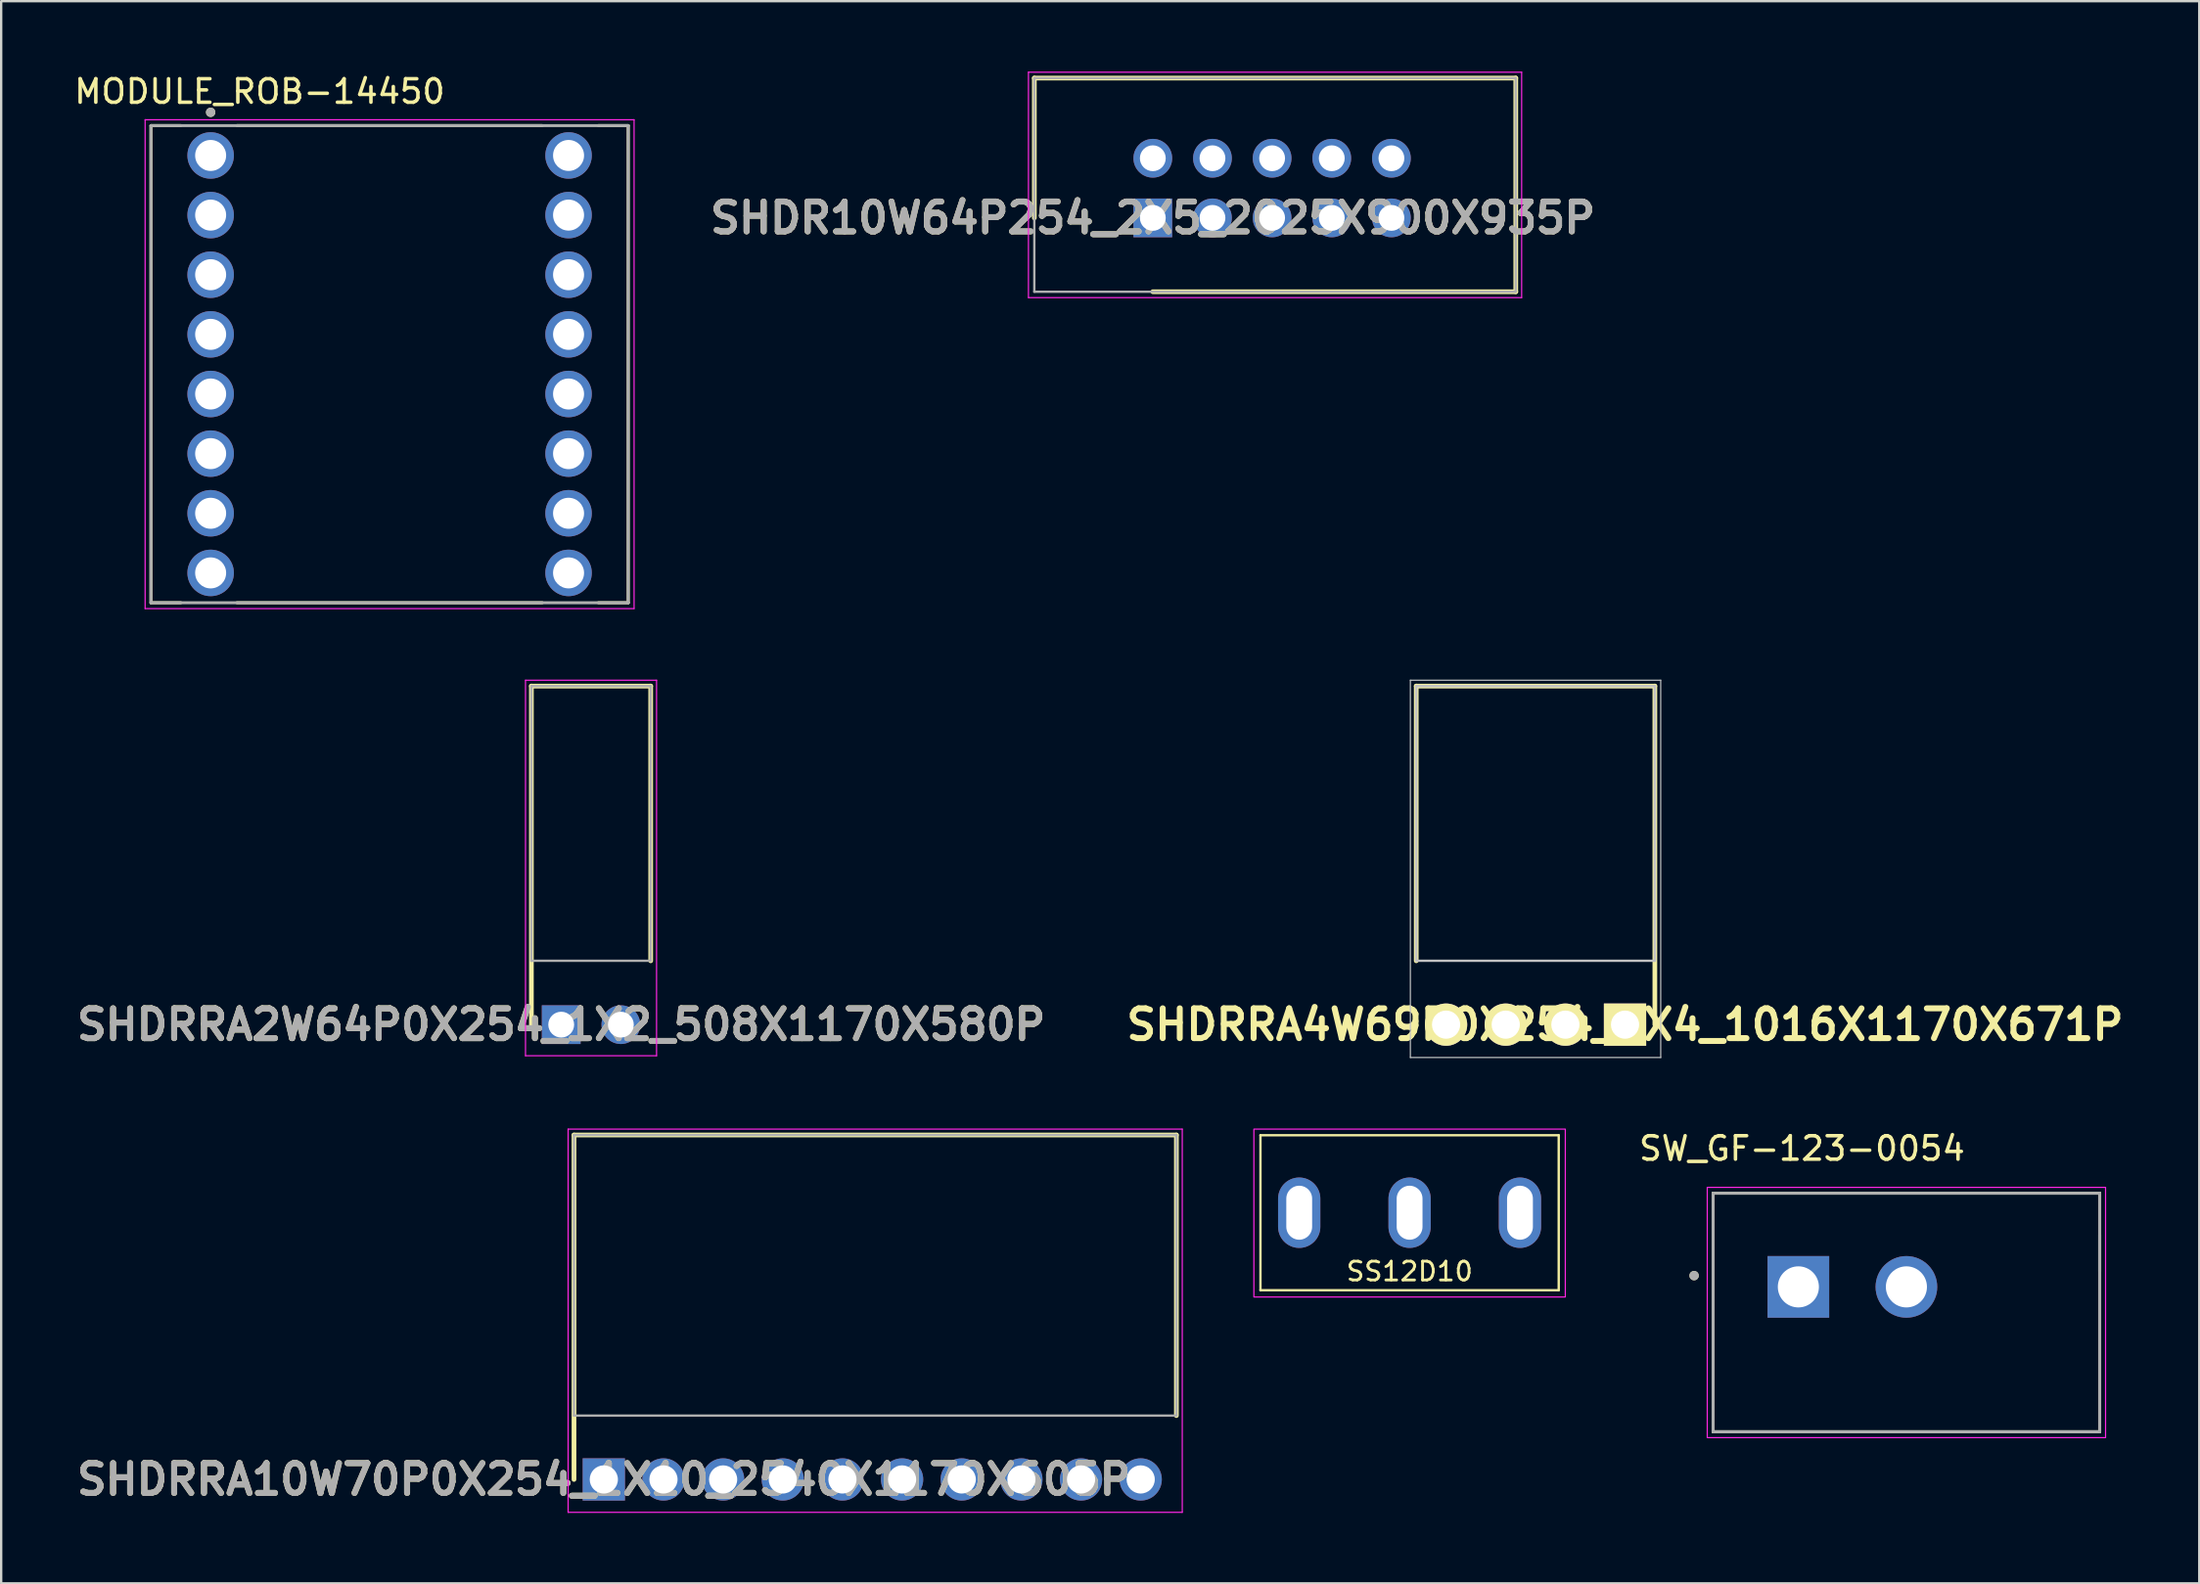
<source format=kicad_pcb>
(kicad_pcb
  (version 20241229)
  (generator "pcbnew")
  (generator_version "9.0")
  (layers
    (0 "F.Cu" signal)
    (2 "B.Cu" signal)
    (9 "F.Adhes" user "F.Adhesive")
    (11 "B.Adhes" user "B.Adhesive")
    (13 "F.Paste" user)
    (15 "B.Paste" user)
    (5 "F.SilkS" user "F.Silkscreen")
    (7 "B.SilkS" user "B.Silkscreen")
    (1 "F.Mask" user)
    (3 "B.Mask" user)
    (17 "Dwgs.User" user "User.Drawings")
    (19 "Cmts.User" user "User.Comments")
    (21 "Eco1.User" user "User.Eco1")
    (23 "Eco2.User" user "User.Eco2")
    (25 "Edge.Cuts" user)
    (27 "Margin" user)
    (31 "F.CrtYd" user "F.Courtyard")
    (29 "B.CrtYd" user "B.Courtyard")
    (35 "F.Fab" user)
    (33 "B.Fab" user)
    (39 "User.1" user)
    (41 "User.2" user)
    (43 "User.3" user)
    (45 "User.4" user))
  (footprint "SHDRRA10W70P0X254_1X10_2540X1170X605P"
    (layer "F.Cu")
    (at 22.66 59.961)
    (property "Reference" "SHDRRA10W70P0X254_1X10_2540X1170X605P" (at 0 0 0) (layer "F.SilkS") (effects (font (size 1.27 1.27) (thickness 0.254))))
    (attr through_hole)
    (fp_line (start -1.27 -14.67) (end 24.38 -14.67) (stroke (width 0.2) (type solid)) (layer "F.SilkS"))
    (fp_line (start -1.27 0) (end -1.27 -14.67) (stroke (width 0.2) (type solid)) (layer "F.SilkS"))
    (fp_line (start 24.38 -14.67) (end 24.38 -2.72) (stroke (width 0.2) (type solid)) (layer "F.SilkS"))
    (fp_line (start -1.52 -14.92) (end -1.52 1.4) (stroke (width 0.05) (type solid)) (layer "F.CrtYd"))
    (fp_line (start -1.52 1.4) (end 24.63 1.4) (stroke (width 0.05) (type solid)) (layer "F.CrtYd"))
    (fp_line (start 24.63 -14.92) (end -1.52 -14.92) (stroke (width 0.05) (type solid)) (layer "F.CrtYd"))
    (fp_line (start 24.63 1.4) (end 24.63 -14.92) (stroke (width 0.05) (type solid)) (layer "F.CrtYd"))
    (fp_line (start -1.27 -14.67) (end 24.38 -14.67) (stroke (width 0.1) (type solid)) (layer "F.Fab"))
    (fp_line (start -1.27 -2.72) (end -1.27 -14.67) (stroke (width 0.1) (type solid)) (layer "F.Fab"))
    (fp_line (start 24.38 -14.67) (end 24.38 -2.72) (stroke (width 0.1) (type solid)) (layer "F.Fab"))
    (fp_line (start 24.38 -2.72) (end -1.27 -2.72) (stroke (width 0.1) (type solid)) (layer "F.Fab"))
    (fp_text user "${REFERENCE}" (at 0 0 0) (layer "F.Fab") (effects (font (size 1.27 1.27) (thickness 0.254))))
    (pad "1" thru_hole rect (at 0 0) (size 1.8 1.8) (drill 1.2) (layers "*.Cu" "*.Mask"))
    (pad "2" thru_hole circle (at 2.54 0) (size 1.8 1.8) (drill 1.2) (layers "*.Cu" "*.Mask"))
    (pad "3" thru_hole circle (at 5.08 0) (size 1.8 1.8) (drill 1.2) (layers "*.Cu" "*.Mask"))
    (pad "4" thru_hole circle (at 7.62 0) (size 1.8 1.8) (drill 1.2) (layers "*.Cu" "*.Mask"))
    (pad "5" thru_hole circle (at 10.16 0) (size 1.8 1.8) (drill 1.2) (layers "*.Cu" "*.Mask"))
    (pad "6" thru_hole circle (at 12.7 0) (size 1.8 1.8) (drill 1.2) (layers "*.Cu" "*.Mask"))
    (pad "7" thru_hole circle (at 15.24 0) (size 1.8 1.8) (drill 1.2) (layers "*.Cu" "*.Mask"))
    (pad "8" thru_hole circle (at 17.78 0) (size 1.8 1.8) (drill 1.2) (layers "*.Cu" "*.Mask"))
    (pad "9" thru_hole circle (at 20.32 0) (size 1.8 1.8) (drill 1.2) (layers "*.Cu" "*.Mask"))
    (pad "10" thru_hole circle (at 22.86 0) (size 1.8 1.8) (drill 1.2) (layers "*.Cu" "*.Mask")))
  (footprint "SW_GF-123-0054"
    (layer "F.Cu")
    (at 78.124 52.85)
    (property "Reference" "SW_GF-123-0054" (at -4.445 -6.985 0) (layer "F.SilkS") (effects (font (size 1 1) (thickness 0.15))))
    (attr through_hole)
    (fp_line (start -8.23 5.08) (end -8.23 -5.08) (stroke (width 0.127) (type solid)) (layer "F.SilkS"))
    (fp_line (start 8.23 -5.08) (end -8.23 -5.08) (stroke (width 0.127) (type solid)) (layer "F.SilkS"))
    (fp_line (start 8.23 -5.08) (end 8.23 5.08) (stroke (width 0.127) (type solid)) (layer "F.SilkS"))
    (fp_line (start 8.23 -3.3) (end 8.23 -1.75) (stroke (width 0.127) (type solid)) (layer "F.SilkS"))
    (fp_line (start 8.23 5.08) (end -8.23 5.08) (stroke (width 0.127) (type solid)) (layer "F.SilkS"))
    (fp_circle (center -9.04 -1.57) (end -8.94 -1.57) (stroke (width 0.2) (type solid)) (fill no) (layer "F.SilkS"))
    (fp_line (start -8.48 -5.33) (end 8.48 -5.33) (stroke (width 0.05) (type solid)) (layer "F.CrtYd"))
    (fp_line (start -8.48 5.33) (end -8.48 -5.33) (stroke (width 0.05) (type solid)) (layer "F.CrtYd"))
    (fp_line (start 8.48 -5.33) (end 8.48 5.33) (stroke (width 0.05) (type solid)) (layer "F.CrtYd"))
    (fp_line (start 8.48 5.33) (end -8.48 5.33) (stroke (width 0.05) (type solid)) (layer "F.CrtYd"))
    (fp_line (start -8.23 -5.08) (end 8.23 -5.08) (stroke (width 0.127) (type solid)) (layer "F.Fab"))
    (fp_line (start -8.23 5.08) (end -8.23 -5.08) (stroke (width 0.127) (type solid)) (layer "F.Fab"))
    (fp_line (start 8.23 -5.08) (end 8.23 5.08) (stroke (width 0.127) (type solid)) (layer "F.Fab"))
    (fp_line (start 8.23 5.08) (end -8.23 5.08) (stroke (width 0.127) (type solid)) (layer "F.Fab"))
    (fp_circle (center -9.04 -1.57) (end -8.94 -1.57) (stroke (width 0.2) (type solid)) (fill no) (layer "F.Fab"))
    (pad "1" thru_hole rect (at -4.6 -1.09) (size 2.625 2.625) (drill 1.75) (layers "*.Cu" "*.Mask"))
    (pad "2" thru_hole circle (at 0 -1.09) (size 2.625 2.625) (drill 1.75) (layers "*.Cu" "*.Mask")))
  (footprint "SHDR10W64P254_2X5_2025X900X935P"
    (layer "F.Cu")
    (at 46.036 6.23)
    (property "Reference" "SHDR10W64P254_2X5_2025X900X935P" (at 0 0 0) (layer "F.SilkS") (effects (font (size 1.27 1.27) (thickness 0.254))))
    (attr through_hole)
    (fp_line (start -5.045 -5.955) (end -5.045 0) (stroke (width 0.2) (type solid)) (layer "F.SilkS"))
    (fp_line (start 0 3.145) (end 15.455 3.145) (stroke (width 0.2) (type solid)) (layer "F.SilkS"))
    (fp_line (start 15.455 -5.955) (end -5.045 -5.955) (stroke (width 0.2) (type solid)) (layer "F.SilkS"))
    (fp_line (start 15.455 3.145) (end 15.455 -5.955) (stroke (width 0.2) (type solid)) (layer "F.SilkS"))
    (fp_line (start -5.295 -6.205) (end 15.705 -6.205) (stroke (width 0.05) (type solid)) (layer "F.CrtYd"))
    (fp_line (start -5.295 3.395) (end -5.295 -6.205) (stroke (width 0.05) (type solid)) (layer "F.CrtYd"))
    (fp_line (start 15.705 -6.205) (end 15.705 3.395) (stroke (width 0.05) (type solid)) (layer "F.CrtYd"))
    (fp_line (start 15.705 3.395) (end -5.295 3.395) (stroke (width 0.05) (type solid)) (layer "F.CrtYd"))
    (fp_line (start -5.045 -5.955) (end 15.455 -5.955) (stroke (width 0.1) (type solid)) (layer "F.Fab"))
    (fp_line (start -5.045 3.145) (end -5.045 -5.955) (stroke (width 0.1) (type solid)) (layer "F.Fab"))
    (fp_line (start 15.455 -5.955) (end 15.455 3.145) (stroke (width 0.1) (type solid)) (layer "F.Fab"))
    (fp_line (start 15.455 3.145) (end -5.045 3.145) (stroke (width 0.1) (type solid)) (layer "F.Fab"))
    (fp_text user "${REFERENCE}" (at 0 0 0) (layer "F.Fab") (effects (font (size 1.27 1.27) (thickness 0.254))))
    (pad "1" thru_hole rect (at 0 0) (size 1.65 1.65) (drill 1.1) (layers "*.Cu" "*.Mask"))
    (pad "2" thru_hole circle (at 0 -2.54) (size 1.65 1.65) (drill 1.1) (layers "*.Cu" "*.Mask"))
    (pad "3" thru_hole circle (at 2.54 0) (size 1.65 1.65) (drill 1.1) (layers "*.Cu" "*.Mask"))
    (pad "4" thru_hole circle (at 2.54 -2.54) (size 1.65 1.65) (drill 1.1) (layers "*.Cu" "*.Mask"))
    (pad "5" thru_hole circle (at 5.08 0) (size 1.65 1.65) (drill 1.1) (layers "*.Cu" "*.Mask"))
    (pad "6" thru_hole circle (at 5.08 -2.54) (size 1.65 1.65) (drill 1.1) (layers "*.Cu" "*.Mask"))
    (pad "7" thru_hole circle (at 7.62 0) (size 1.65 1.65) (drill 1.1) (layers "*.Cu" "*.Mask"))
    (pad "8" thru_hole circle (at 7.62 -2.54) (size 1.65 1.65) (drill 1.1) (layers "*.Cu" "*.Mask"))
    (pad "9" thru_hole circle (at 10.16 0) (size 1.65 1.65) (drill 1.1) (layers "*.Cu" "*.Mask"))
    (pad "10" thru_hole circle (at 10.16 -2.54) (size 1.65 1.65) (drill 1.1) (layers "*.Cu" "*.Mask")))
  (footprint "SS12D10"
    (layer "F.Cu")
    (at 56.97 48.601)
    (property "Reference" "SS12D10" (at 0 2.5 0) (layer "F.SilkS") (effects (font (size 0.8 0.8) (thickness 0.12))))
    (attr through_hole)
    (fp_line (start -6.35 -3.3) (end 6.35 -3.3) (stroke (width 0.1) (type solid)) (layer "F.SilkS"))
    (fp_line (start -6.35 3.3) (end -6.35 -3.3) (stroke (width 0.1) (type solid)) (layer "F.SilkS"))
    (fp_line (start 6.35 -3.3) (end 6.35 3.3) (stroke (width 0.1) (type solid)) (layer "F.SilkS"))
    (fp_line (start 6.35 3.3) (end -6.35 3.3) (stroke (width 0.1) (type solid)) (layer "F.SilkS"))
    (fp_rect (start -6.63 -3.56) (end 6.63 3.59) (stroke (width 0.05) (type default)) (fill no) (layer "F.CrtYd"))
    (pad "1" thru_hole oval (at -4.7 0) (size 1.8 3) (drill oval 1.1 2.3) (layers "*.Cu" "*.Mask"))
    (pad "2" thru_hole oval (at 0 0) (size 1.8 3) (drill oval 1.1 2.3) (layers "*.Cu" "*.Mask"))
    (pad "3" thru_hole oval (at 4.7 0) (size 1.8 3) (drill oval 1.1 2.3) (layers "*.Cu" "*.Mask")))
  (footprint "MODULE_ROB-14450"
    (layer "F.Cu")
    (at 13.539 12.461)
    (property "Reference" "MODULE_ROB-14450" (at -5.533 -11.613 0) (layer "F.SilkS") (effects (font (size 1 1) (thickness 0.15))))
    (attr through_hole)
    (fp_line (start -10.16 -10.16) (end -10.16 10.16) (stroke (width 0.127) (type solid)) (layer "F.SilkS"))
    (fp_line (start -8.89 -10.16) (end -10.16 -10.16) (stroke (width 0.127) (type solid)) (layer "F.SilkS"))
    (fp_line (start -8.89 10.16) (end -10.16 10.16) (stroke (width 0.127) (type solid)) (layer "F.SilkS"))
    (fp_line (start -6.5 -10.16) (end 6.5 -10.16) (stroke (width 0.127) (type solid)) (layer "F.SilkS"))
    (fp_line (start -6.5 10.16) (end 6.5 10.16) (stroke (width 0.127) (type solid)) (layer "F.SilkS"))
    (fp_line (start 8.89 -10.16) (end 10.16 -10.16) (stroke (width 0.127) (type solid)) (layer "F.SilkS"))
    (fp_line (start 8.89 10.16) (end 10.16 10.16) (stroke (width 0.127) (type solid)) (layer "F.SilkS"))
    (fp_line (start 10.16 10.16) (end 10.16 -10.16) (stroke (width 0.127) (type solid)) (layer "F.SilkS"))
    (fp_circle (center -7.62 -10.728) (end -7.52 -10.728) (stroke (width 0.2) (type solid)) (fill no) (layer "F.SilkS"))
    (fp_line (start -10.41 -10.41) (end -10.41 10.41) (stroke (width 0.05) (type solid)) (layer "F.CrtYd"))
    (fp_line (start -10.41 10.41) (end 10.41 10.41) (stroke (width 0.05) (type solid)) (layer "F.CrtYd"))
    (fp_line (start 10.41 -10.41) (end -10.41 -10.41) (stroke (width 0.05) (type solid)) (layer "F.CrtYd"))
    (fp_line (start 10.41 10.41) (end 10.41 -10.41) (stroke (width 0.05) (type solid)) (layer "F.CrtYd"))
    (fp_line (start -10.16 -10.16) (end -10.16 10.16) (stroke (width 0.127) (type solid)) (layer "F.Fab"))
    (fp_line (start -10.16 10.16) (end 10.16 10.16) (stroke (width 0.127) (type solid)) (layer "F.Fab"))
    (fp_line (start 10.16 -10.16) (end -10.16 -10.16) (stroke (width 0.127) (type solid)) (layer "F.Fab"))
    (fp_line (start 10.16 10.16) (end 10.16 -10.16) (stroke (width 0.127) (type solid)) (layer "F.Fab"))
    (fp_circle (center -7.62 -10.728) (end -7.52 -10.728) (stroke (width 0.2) (type solid)) (fill no) (layer "F.Fab"))
    (pad "1" thru_hole circle (at -7.62 -8.89) (size 1.98 1.98) (drill 1.32) (layers "*.Cu" "*.Mask"))
    (pad "2" thru_hole circle (at -7.62 -6.35) (size 1.98 1.98) (drill 1.32) (layers "*.Cu" "*.Mask"))
    (pad "3" thru_hole circle (at -7.62 -3.81) (size 1.98 1.98) (drill 1.32) (layers "*.Cu" "*.Mask"))
    (pad "4" thru_hole circle (at -7.62 -1.27) (size 1.98 1.98) (drill 1.32) (layers "*.Cu" "*.Mask"))
    (pad "5" thru_hole circle (at -7.62 1.27) (size 1.98 1.98) (drill 1.32) (layers "*.Cu" "*.Mask"))
    (pad "6" thru_hole circle (at -7.62 3.81) (size 1.98 1.98) (drill 1.32) (layers "*.Cu" "*.Mask"))
    (pad "7" thru_hole circle (at -7.62 6.35) (size 1.98 1.98) (drill 1.32) (layers "*.Cu" "*.Mask"))
    (pad "8" thru_hole circle (at -7.62 8.89) (size 1.98 1.98) (drill 1.32) (layers "*.Cu" "*.Mask"))
    (pad "9" thru_hole circle (at 7.62 8.89) (size 1.98 1.98) (drill 1.32) (layers "*.Cu" "*.Mask"))
    (pad "10" thru_hole circle (at 7.62 6.35) (size 1.98 1.98) (drill 1.32) (layers "*.Cu" "*.Mask"))
    (pad "11" thru_hole circle (at 7.62 3.81) (size 1.98 1.98) (drill 1.32) (layers "*.Cu" "*.Mask"))
    (pad "12" thru_hole circle (at 7.62 1.27) (size 1.98 1.98) (drill 1.32) (layers "*.Cu" "*.Mask"))
    (pad "13" thru_hole circle (at 7.62 -1.27) (size 1.98 1.98) (drill 1.32) (layers "*.Cu" "*.Mask"))
    (pad "14" thru_hole circle (at 7.62 -3.81) (size 1.98 1.98) (drill 1.32) (layers "*.Cu" "*.Mask"))
    (pad "15" thru_hole circle (at 7.62 -6.35) (size 1.98 1.98) (drill 1.32) (layers "*.Cu" "*.Mask"))
    (pad "16" thru_hole circle (at 7.62 -8.89) (size 1.98 1.98) (drill 1.32) (layers "*.Cu" "*.Mask")))
  (footprint "SHDRRA2W64P0X254_1X2_508X1170X580P"
    (layer "F.Cu")
    (at 20.846 40.591)
    (property "Reference" "SHDRRA2W64P0X254_1X2_508X1170X580P" (at 0 0 0) (layer "F.SilkS") (effects (font (size 1.27 1.27) (thickness 0.254))))
    (attr through_hole)
    (fp_line (start -1.27 -14.42) (end 3.81 -14.42) (stroke (width 0.2) (type solid)) (layer "F.SilkS"))
    (fp_line (start -1.27 0) (end -1.27 -14.42) (stroke (width 0.2) (type solid)) (layer "F.SilkS"))
    (fp_line (start 3.81 -14.42) (end 3.81 -2.72) (stroke (width 0.2) (type solid)) (layer "F.SilkS"))
    (fp_line (start -1.52 -14.67) (end -1.52 1.325) (stroke (width 0.05) (type solid)) (layer "F.CrtYd"))
    (fp_line (start -1.52 1.325) (end 4.06 1.325) (stroke (width 0.05) (type solid)) (layer "F.CrtYd"))
    (fp_line (start 4.06 -14.67) (end -1.52 -14.67) (stroke (width 0.05) (type solid)) (layer "F.CrtYd"))
    (fp_line (start 4.06 1.325) (end 4.06 -14.67) (stroke (width 0.05) (type solid)) (layer "F.CrtYd"))
    (fp_line (start -1.27 -14.42) (end 3.81 -14.42) (stroke (width 0.1) (type solid)) (layer "F.Fab"))
    (fp_line (start -1.27 -2.72) (end -1.27 -14.42) (stroke (width 0.1) (type solid)) (layer "F.Fab"))
    (fp_line (start 3.81 -14.42) (end 3.81 -2.72) (stroke (width 0.1) (type solid)) (layer "F.Fab"))
    (fp_line (start 3.81 -2.72) (end -1.27 -2.72) (stroke (width 0.1) (type solid)) (layer "F.Fab"))
    (fp_text user "${REFERENCE}" (at 0 0 0) (layer "F.Fab") (effects (font (size 1.27 1.27) (thickness 0.254))))
    (pad "1" thru_hole rect (at 0 0) (size 1.65 1.65) (drill 1.1) (layers "*.Cu" "*.Mask"))
    (pad "2" thru_hole circle (at 2.54 0) (size 1.65 1.65) (drill 1.1) (layers "*.Cu" "*.Mask")))
  (footprint "SHDRRA4W69P0X254_1X4_1016X1170X671P"
    (layer "F.Cu")
    (at 66.143 40.591)
    (property "Reference" "SHDRRA4W69P0X254_1X4_1016X1170X671P" (at 0 0 0) (layer "F.SilkS") (effects (font (size 1.27 1.27) (thickness 0.254))))
    (attr through_hole exclude_from_pos_files)
    (fp_line (start -8.89 -14.42) (end -8.89 -2.72) (stroke (width 0.2) (type solid)) (layer "F.SilkS"))
    (fp_line (start 1.27 -14.42) (end -8.89 -14.42) (stroke (width 0.2) (type solid)) (layer "F.SilkS"))
    (fp_line (start 1.27 0) (end 1.27 -14.42) (stroke (width 0.2) (type solid)) (layer "F.SilkS"))
    (fp_line (start -9.14 -14.67) (end 1.52 -14.67) (stroke (width 0.05) (type solid)) (layer "Dwgs.User"))
    (fp_line (start -9.14 1.4) (end -9.14 -14.67) (stroke (width 0.05) (type solid)) (layer "Dwgs.User"))
    (fp_line (start -8.89 -14.42) (end 1.27 -14.42) (stroke (width 0.1) (type solid)) (layer "Dwgs.User"))
    (fp_line (start -8.89 -2.72) (end -8.89 -14.42) (stroke (width 0.1) (type solid)) (layer "Dwgs.User"))
    (fp_line (start 1.27 -14.42) (end 1.27 -2.72) (stroke (width 0.1) (type solid)) (layer "Dwgs.User"))
    (fp_line (start 1.27 -2.72) (end -8.89 -2.72) (stroke (width 0.1) (type solid)) (layer "Dwgs.User"))
    (fp_line (start 1.52 -14.67) (end 1.52 1.4) (stroke (width 0.05) (type solid)) (layer "Dwgs.User"))
    (fp_line (start 1.52 1.4) (end -9.14 1.4) (stroke (width 0.05) (type solid)) (layer "Dwgs.User"))
    (pad "1" thru_hole rect (at 0 0 90) (size 1.8 1.8) (drill 1.2) (layers "*.Cu" "*.Mask" "F.SilkS"))
    (pad "2" thru_hole circle (at -2.54 0 90) (size 1.8 1.8) (drill 1.2) (layers "*.Cu" "*.Mask" "F.SilkS"))
    (pad "3" thru_hole circle (at -5.08 0 90) (size 1.8 1.8) (drill 1.2) (layers "*.Cu" "*.Mask" "F.SilkS"))
    (pad "4" thru_hole circle (at -7.62 0 90) (size 1.8 1.8) (drill 1.2) (layers "*.Cu" "*.Mask" "F.SilkS")))
  (gr_rect
    (start -3 -3)
    (end 90.594 64.386)
    (stroke (width 0.1) (type default))
    (fill no)
    (layer "Edge.Cuts")))
</source>
